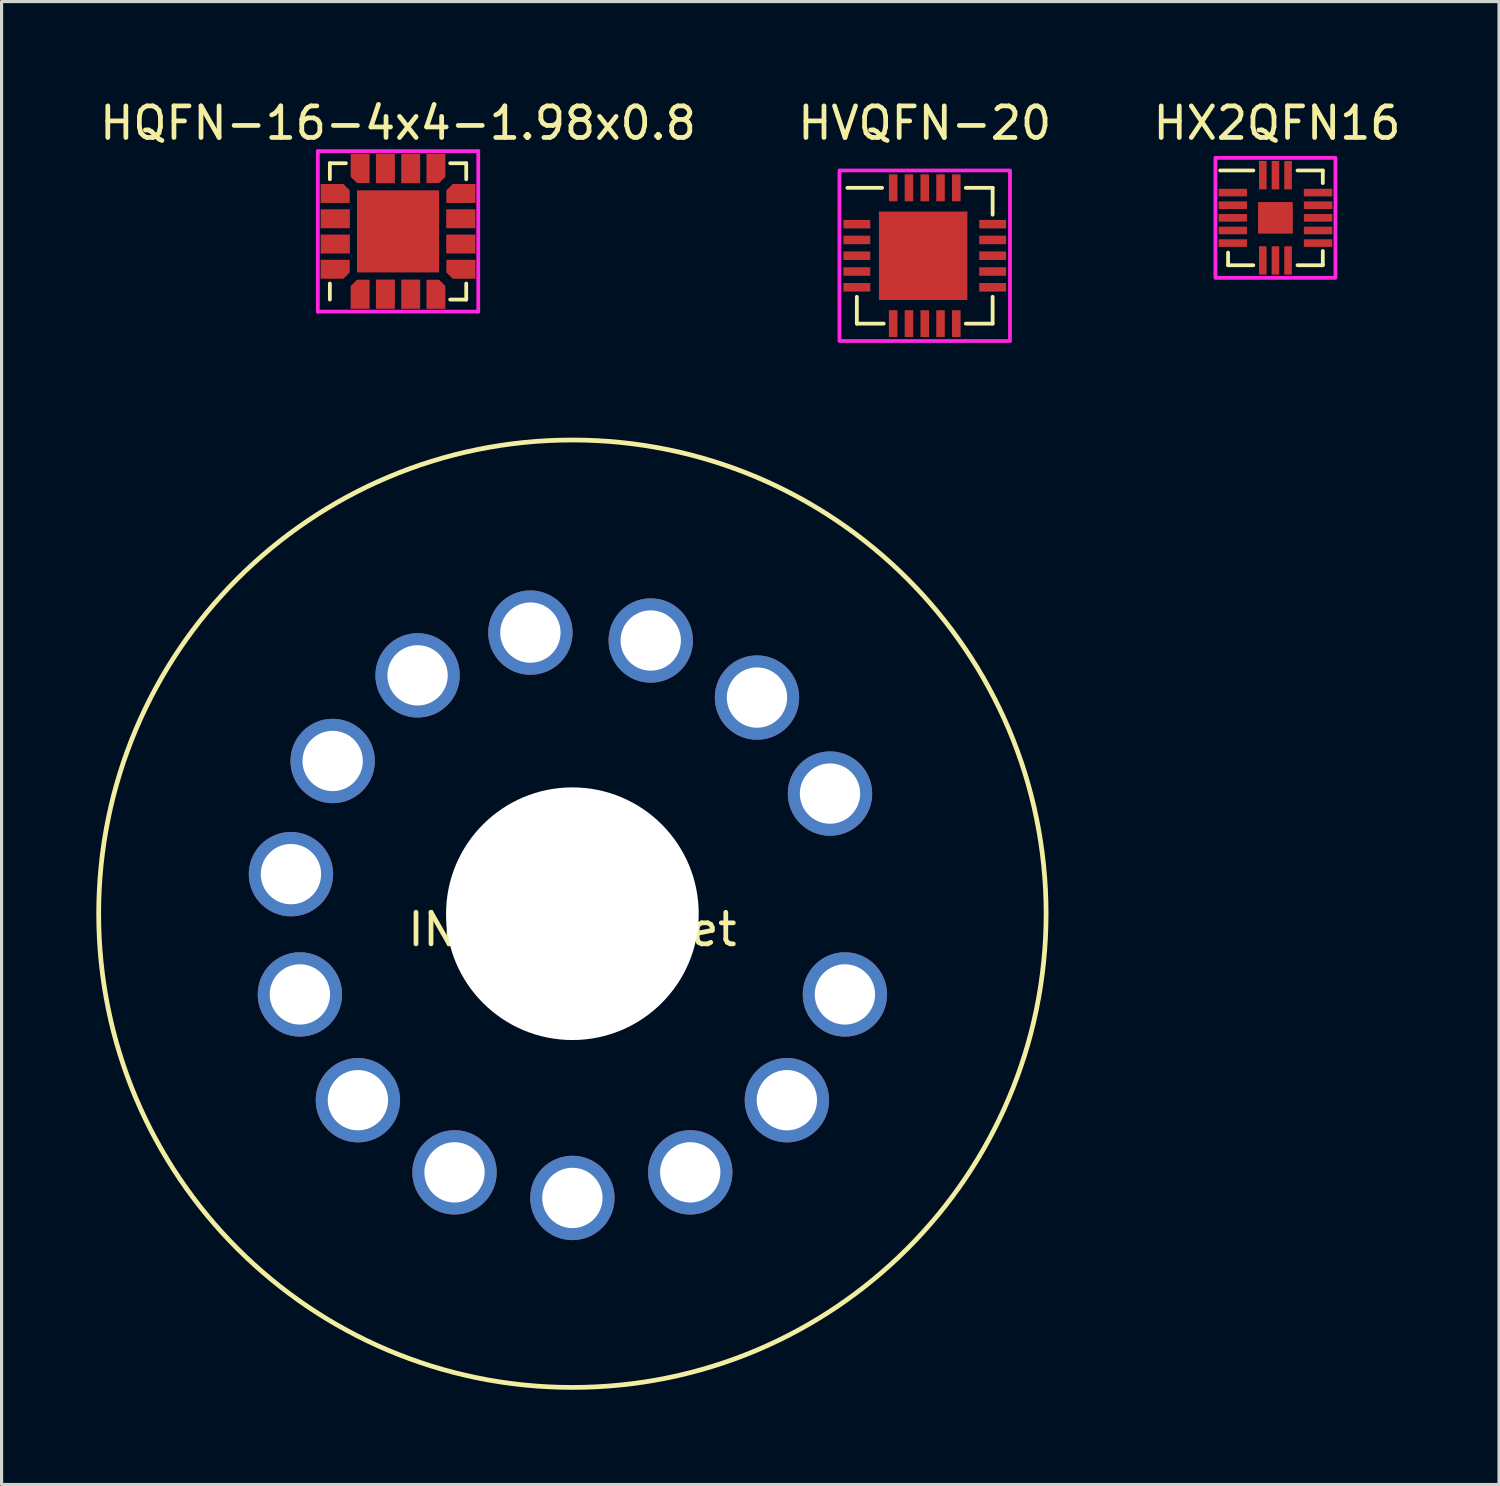
<source format=kicad_pcb>
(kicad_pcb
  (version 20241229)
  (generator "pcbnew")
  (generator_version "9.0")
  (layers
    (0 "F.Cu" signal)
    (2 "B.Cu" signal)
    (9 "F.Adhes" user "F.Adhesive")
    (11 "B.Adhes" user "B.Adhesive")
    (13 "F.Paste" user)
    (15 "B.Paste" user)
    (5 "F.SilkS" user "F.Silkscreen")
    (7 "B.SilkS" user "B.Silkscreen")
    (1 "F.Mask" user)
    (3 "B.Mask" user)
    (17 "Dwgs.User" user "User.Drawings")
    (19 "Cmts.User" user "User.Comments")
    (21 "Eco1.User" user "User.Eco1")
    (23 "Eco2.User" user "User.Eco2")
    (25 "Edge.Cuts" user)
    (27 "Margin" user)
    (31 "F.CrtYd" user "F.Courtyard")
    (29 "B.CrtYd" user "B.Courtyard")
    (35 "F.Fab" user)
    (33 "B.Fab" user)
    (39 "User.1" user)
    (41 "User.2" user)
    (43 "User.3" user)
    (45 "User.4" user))
  (footprint "IN-18 Socket"
    (layer "F.Cu")
    (at 15.075 25.883)
    (property "Reference" "IN-18 Socket" (at 0 0.5 0) (layer "F.SilkS") (effects (font (size 1 1) (thickness 0.15))))
    (attr through_hole)
    (fp_circle (center 0 0) (end 15 0) (stroke (width 0.15) (type solid)) (fill no) (layer "F.SilkS"))
    (pad "" np_thru_hole circle (at 0 0) (size 8 8) (drill 8) (layers "*.Cu" "*.Mask"))
    (pad "1" thru_hole circle (at 8.629 2.556) (size 2.672 2.672) (drill 1.91) (layers "*.Cu" "*.Mask"))
    (pad "2" thru_hole circle (at 6.792 5.905) (size 2.672 2.672) (drill 1.91) (layers "*.Cu" "*.Mask"))
    (pad "3" thru_hole circle (at 3.732 8.19) (size 2.672 2.672) (drill 1.91) (layers "*.Cu" "*.Mask"))
    (pad "4" thru_hole circle (at 0 9) (size 2.672 2.672) (drill 1.91) (layers "*.Cu" "*.Mask"))
    (pad "5" thru_hole circle (at -3.732 8.19) (size 2.672 2.672) (drill 1.91) (layers "*.Cu" "*.Mask"))
    (pad "6" thru_hole circle (at -6.792 5.905) (size 2.672 2.672) (drill 1.91) (layers "*.Cu" "*.Mask"))
    (pad "7" thru_hole circle (at -8.629 2.556) (size 2.672 2.672) (drill 1.91) (layers "*.Cu" "*.Mask"))
    (pad "8" thru_hole circle (at -8.912 -1.253) (size 2.672 2.672) (drill 1.91) (layers "*.Cu" "*.Mask"))
    (pad "9" thru_hole circle (at -7.591 -4.836) (size 2.672 2.672) (drill 1.91) (layers "*.Cu" "*.Mask"))
    (pad "10" thru_hole circle (at -4.902 -7.548) (size 2.672 2.672) (drill 1.91) (layers "*.Cu" "*.Mask"))
    (pad "11" thru_hole circle (at -1.33 -8.901) (size 2.672 2.672) (drill 1.91) (layers "*.Cu" "*.Mask"))
    (pad "12" thru_hole circle (at 2.481 -8.651) (size 2.672 2.672) (drill 1.91) (layers "*.Cu" "*.Mask"))
    (pad "13" thru_hole circle (at 5.845 -6.844) (size 2.672 2.672) (drill 1.91) (layers "*.Cu" "*.Mask"))
    (pad "14" thru_hole circle (at 8.157 -3.804) (size 2.672 2.672) (drill 1.91) (layers "*.Cu" "*.Mask")))
  (footprint "HQFN-16-4x4-1.98x0.8"
    (layer "F.Cu")
    (at 9.554 4.277)
    (property "Reference" "HQFN-16-4x4-1.98x0.8" (at 0 -3.429 0) (layer "F.SilkS") (effects (font (size 1 1) (thickness 0.15))))
    (attr through_hole)
    (fp_line (start -2.159 -2.159) (end -1.651 -2.159) (stroke (width 0.12) (type solid)) (layer "F.SilkS"))
    (fp_line (start -2.159 -1.651) (end -2.159 -2.159) (stroke (width 0.12) (type solid)) (layer "F.SilkS"))
    (fp_line (start -2.159 1.651) (end -2.159 2.159) (stroke (width 0.12) (type solid)) (layer "F.SilkS"))
    (fp_line (start 1.651 -2.159) (end 2.159 -2.159) (stroke (width 0.12) (type solid)) (layer "F.SilkS"))
    (fp_line (start 2.159 -2.159) (end 2.159 -1.651) (stroke (width 0.12) (type solid)) (layer "F.SilkS"))
    (fp_line (start 2.159 1.651) (end 2.159 2.159) (stroke (width 0.12) (type solid)) (layer "F.SilkS"))
    (fp_line (start 2.159 2.159) (end 1.651 2.159) (stroke (width 0.12) (type solid)) (layer "F.SilkS"))
    (fp_line (start -2.54 -2.54) (end -2.54 2.54) (stroke (width 0.12) (type solid)) (layer "F.CrtYd"))
    (fp_line (start -2.54 2.54) (end 2.54 2.54) (stroke (width 0.12) (type solid)) (layer "F.CrtYd"))
    (fp_line (start 2.54 -2.54) (end -2.54 -2.54) (stroke (width 0.12) (type solid)) (layer "F.CrtYd"))
    (fp_line (start 2.54 2.54) (end 2.54 -2.54) (stroke (width 0.12) (type solid)) (layer "F.CrtYd"))
    (pad "1" smd custom (at -1.988 1.2 180) (size 0.5 0.5) (layers "F.Cu" "F.Mask" "F.Paste") (options (anchor rect)) (primitives (gr_poly (pts (xy 0.463 0.3) (xy -0.458 0.3) (xy -0.458 -0.1) (xy -0.258 -0.3) (xy 0.463 -0.3)) (width 0.00001) (fill yes))))
    (pad "2" smd rect (at -1.988 0.4) (size 0.925 0.6) (layers "F.Cu" "F.Mask" "F.Paste"))
    (pad "3" smd rect (at -1.988 -0.4) (size 0.925 0.6) (layers "F.Cu" "F.Mask" "F.Paste"))
    (pad "4" smd custom (at -1.988 -1.2) (size 0.5 0.5) (layers "F.Cu" "F.Mask" "F.Paste") (options (anchor rect)) (primitives (gr_poly (pts (xy -0.463 0.3) (xy 0.458 0.3) (xy 0.458 -0.1) (xy 0.258 -0.3) (xy -0.463 -0.3)) (width 0.00001) (fill yes))))
    (pad "5" smd custom (at -1.2 -1.988 90) (size 0.5 0.5) (layers "F.Cu" "F.Mask" "F.Paste") (options (anchor rect)) (primitives (gr_poly (pts (xy 0.463 0.3) (xy -0.458 0.3) (xy -0.458 -0.1) (xy -0.258 -0.3) (xy 0.463 -0.3)) (width 0.00001) (fill yes))))
    (pad "6" smd rect (at -0.4 -1.988 90) (size 0.925 0.6) (layers "F.Cu" "F.Mask" "F.Paste"))
    (pad "7" smd rect (at 0.4 -1.988 90) (size 0.925 0.6) (layers "F.Cu" "F.Mask" "F.Paste"))
    (pad "8" smd custom (at 1.2 -1.988 270) (size 0.5 0.5) (layers "F.Cu" "F.Mask" "F.Paste") (options (anchor rect)) (primitives (gr_poly (pts (xy -0.463 0.3) (xy 0.458 0.3) (xy 0.458 -0.1) (xy 0.258 -0.3) (xy -0.463 -0.3)) (width 0.00001) (fill yes))))
    (pad "9" smd custom (at 1.988 -1.2) (size 0.5 0.5) (layers "F.Cu" "F.Mask" "F.Paste") (options (anchor rect)) (primitives (gr_poly (pts (xy 0.463 0.3) (xy -0.458 0.3) (xy -0.458 -0.1) (xy -0.258 -0.3) (xy 0.463 -0.3)) (width 0.00001) (fill yes))))
    (pad "10" smd rect (at 1.988 -0.4) (size 0.925 0.6) (layers "F.Cu" "F.Mask" "F.Paste"))
    (pad "11" smd rect (at 1.988 0.4) (size 0.925 0.6) (layers "F.Cu" "F.Mask" "F.Paste"))
    (pad "12" smd custom (at 1.988 1.2 180) (size 0.5 0.5) (layers "F.Cu" "F.Mask" "F.Paste") (options (anchor rect)) (primitives (gr_poly (pts (xy -0.463 0.3) (xy 0.458 0.3) (xy 0.458 -0.1) (xy 0.258 -0.3) (xy -0.463 -0.3)) (width 0.00001) (fill yes))))
    (pad "13" smd custom (at 1.2 1.988 270) (size 0.5 0.5) (layers "F.Cu" "F.Mask" "F.Paste") (options (anchor rect)) (primitives (gr_poly (pts (xy 0.463 0.3) (xy -0.458 0.3) (xy -0.458 -0.1) (xy -0.258 -0.3) (xy 0.463 -0.3)) (width 0.00001) (fill yes))))
    (pad "14" smd rect (at 0.4 1.988 90) (size 0.925 0.6) (layers "F.Cu" "F.Mask" "F.Paste"))
    (pad "15" smd rect (at -0.4 1.988 90) (size 0.925 0.6) (layers "F.Cu" "F.Mask" "F.Paste"))
    (pad "16" smd custom (at -1.2 1.988 90) (size 0.5 0.5) (layers "F.Cu" "F.Mask" "F.Paste") (options (anchor rect)) (primitives (gr_poly (pts (xy -0.463 0.3) (xy 0.458 0.3) (xy 0.458 -0.1) (xy 0.258 -0.3) (xy -0.463 -0.3)) (width 0.00001) (fill yes))))
    (pad "17" smd rect (at 0 0) (size 2.6 2.6) (layers "F.Cu" "F.Mask" "F.Paste")))
  (footprint "HX2QFN16"
    (layer "F.Cu")
    (at 37.337 3.848)
    (property "Reference" "HX2QFN16" (at 0.05 -3 0) (unlocked yes) (layer "F.SilkS") (effects (font (size 1 1) (thickness 0.15))))
    (attr smd)
    (fp_line (start -1.5 1.5) (end -1.5 1.1) (stroke (width 0.12) (type solid)) (layer "F.SilkS"))
    (fp_line (start -0.7 -1.5) (end -1.75 -1.5) (stroke (width 0.12) (type solid)) (layer "F.SilkS"))
    (fp_line (start -0.7 1.5) (end -1.5 1.5) (stroke (width 0.12) (type solid)) (layer "F.SilkS"))
    (fp_line (start 0.7 -1.5) (end 1.5 -1.5) (stroke (width 0.12) (type solid)) (layer "F.SilkS"))
    (fp_line (start 1.5 -1.5) (end 1.5 -1.1) (stroke (width 0.12) (type solid)) (layer "F.SilkS"))
    (fp_line (start 1.5 1.05) (end 1.5 1.5) (stroke (width 0.12) (type solid)) (layer "F.SilkS"))
    (fp_line (start 1.5 1.5) (end 0.7 1.5) (stroke (width 0.12) (type solid)) (layer "F.SilkS"))
    (fp_rect (start -1.9 -1.9) (end 1.9 1.9) (stroke (width 0.12) (type solid)) (fill no) (layer "F.CrtYd"))
    (pad "" smd rect (at 0 0) (size 0.6 0.5) (layers "F.Paste"))
    (pad "1" smd rect (at -1.35 -0.8 270) (size 0.24 0.9) (layers "F.Cu" "F.Mask" "F.Paste"))
    (pad "2" smd rect (at -1.35 -0.4 270) (size 0.24 0.9) (layers "F.Cu" "F.Mask" "F.Paste"))
    (pad "3" smd rect (at -1.35 0 270) (size 0.24 0.9) (layers "F.Cu" "F.Mask" "F.Paste"))
    (pad "4" smd rect (at -1.35 0.4 270) (size 0.24 0.9) (layers "F.Cu" "F.Mask" "F.Paste"))
    (pad "5" smd rect (at -1.35 0.8 270) (size 0.24 0.9) (layers "F.Cu" "F.Mask" "F.Paste"))
    (pad "6" smd rect (at -0.4 1.35) (size 0.24 0.9) (layers "F.Cu" "F.Mask" "F.Paste"))
    (pad "7" smd rect (at 0 1.35) (size 0.24 0.9) (layers "F.Cu" "F.Mask" "F.Paste"))
    (pad "8" smd rect (at 0.4 1.35) (size 0.24 0.9) (layers "F.Cu" "F.Mask" "F.Paste"))
    (pad "9" smd rect (at 1.35 0.8 90) (size 0.24 0.9) (layers "F.Cu" "F.Mask" "F.Paste"))
    (pad "10" smd rect (at 1.35 0.4 90) (size 0.24 0.9) (layers "F.Cu" "F.Mask" "F.Paste"))
    (pad "11" smd rect (at 1.35 0 90) (size 0.24 0.9) (layers "F.Cu" "F.Mask" "F.Paste"))
    (pad "12" smd rect (at 1.35 -0.4 90) (size 0.24 0.9) (layers "F.Cu" "F.Mask" "F.Paste"))
    (pad "13" smd rect (at 1.35 -0.8 90) (size 0.24 0.9) (layers "F.Cu" "F.Mask" "F.Paste"))
    (pad "14" smd rect (at 0.4 -1.35 180) (size 0.24 0.9) (layers "F.Cu" "F.Mask" "F.Paste"))
    (pad "15" smd rect (at 0 -1.35 180) (size 0.24 0.9) (layers "F.Cu" "F.Mask" "F.Paste"))
    (pad "16" smd rect (at -0.4 -1.35 180) (size 0.24 0.9) (layers "F.Cu" "F.Mask" "F.Paste"))
    (pad "17" smd rect (at 0 0) (size 1.1 1) (layers "F.Cu" "F.Mask")))
  (footprint "HVQFN-20"
    (layer "F.Cu")
    (at 26.232 5.048)
    (property "Reference" "HVQFN-20" (at 0 -4.2 0) (unlocked yes) (layer "F.SilkS") (effects (font (size 1 1) (thickness 0.15))))
    (attr smd)
    (fp_line (start -2.15 2.15) (end -2.15 1.3) (stroke (width 0.12) (type solid)) (layer "F.SilkS"))
    (fp_line (start -1.35 -2.15) (end -2.45 -2.15) (stroke (width 0.12) (type solid)) (layer "F.SilkS"))
    (fp_line (start -1.3 2.15) (end -2.15 2.15) (stroke (width 0.12) (type solid)) (layer "F.SilkS"))
    (fp_line (start 1.3 -2.15) (end 2.15 -2.15) (stroke (width 0.12) (type solid)) (layer "F.SilkS"))
    (fp_line (start 2.15 -2.15) (end 2.15 -1.3) (stroke (width 0.12) (type solid)) (layer "F.SilkS"))
    (fp_line (start 2.15 1.3) (end 2.15 2.15) (stroke (width 0.12) (type solid)) (layer "F.SilkS"))
    (fp_line (start 2.15 2.15) (end 1.3 2.15) (stroke (width 0.12) (type solid)) (layer "F.SilkS"))
    (fp_rect (start -2.7 -2.7) (end 2.7 2.7) (stroke (width 0.12) (type solid)) (fill no) (layer "F.CrtYd"))
    (pad "" smd rect (at -0.55 -0.55) (size 0.7 0.7) (layers "F.Paste"))
    (pad "" smd rect (at -0.55 0.55) (size 0.7 0.7) (layers "F.Paste"))
    (pad "" smd rect (at 0.55 -0.55) (size 0.7 0.7) (layers "F.Paste"))
    (pad "" smd rect (at 0.55 0.55) (size 0.7 0.7) (layers "F.Paste"))
    (pad "1" smd rect (at -2.15 -1 90) (size 0.27 0.85) (layers "F.Cu" "F.Mask" "F.Paste"))
    (pad "2" smd rect (at -2.15 -0.5 90) (size 0.27 0.85) (layers "F.Cu" "F.Mask" "F.Paste"))
    (pad "3" smd rect (at -2.15 0 90) (size 0.27 0.85) (layers "F.Cu" "F.Mask" "F.Paste"))
    (pad "4" smd rect (at -2.15 0.5 90) (size 0.27 0.85) (layers "F.Cu" "F.Mask" "F.Paste"))
    (pad "5" smd rect (at -2.15 1 90) (size 0.27 0.85) (layers "F.Cu" "F.Mask" "F.Paste"))
    (pad "6" smd rect (at -1 2.15) (size 0.27 0.85) (layers "F.Cu" "F.Mask" "F.Paste"))
    (pad "7" smd rect (at -0.5 2.15) (size 0.27 0.85) (layers "F.Cu" "F.Mask" "F.Paste"))
    (pad "8" smd rect (at 0 2.15) (size 0.27 0.85) (layers "F.Cu" "F.Mask" "F.Paste"))
    (pad "9" smd rect (at 0.5 2.15) (size 0.27 0.85) (layers "F.Cu" "F.Mask" "F.Paste"))
    (pad "10" smd rect (at 1 2.15) (size 0.27 0.85) (layers "F.Cu" "F.Mask" "F.Paste"))
    (pad "11" smd rect (at 2.15 1 90) (size 0.27 0.85) (layers "F.Cu" "F.Mask" "F.Paste"))
    (pad "12" smd rect (at 2.15 0.5 90) (size 0.27 0.85) (layers "F.Cu" "F.Mask" "F.Paste"))
    (pad "13" smd rect (at 2.15 0 90) (size 0.27 0.85) (layers "F.Cu" "F.Mask" "F.Paste"))
    (pad "14" smd rect (at 2.15 -0.5 90) (size 0.27 0.85) (layers "F.Cu" "F.Mask" "F.Paste"))
    (pad "15" smd rect (at 2.15 -1 90) (size 0.27 0.85) (layers "F.Cu" "F.Mask" "F.Paste"))
    (pad "16" smd rect (at 1 -2.15) (size 0.27 0.85) (layers "F.Cu" "F.Mask" "F.Paste"))
    (pad "17" smd rect (at 0.5 -2.15) (size 0.27 0.85) (layers "F.Cu" "F.Mask" "F.Paste"))
    (pad "18" smd rect (at 0 -2.15) (size 0.27 0.85) (layers "F.Cu" "F.Mask" "F.Paste"))
    (pad "19" smd rect (at -0.5 -2.15) (size 0.27 0.85) (layers "F.Cu" "F.Mask" "F.Paste"))
    (pad "20" smd rect (at -1 -2.15) (size 0.27 0.85) (layers "F.Cu" "F.Mask" "F.Paste"))
    (pad "21" smd rect (at -0.05 0) (size 2.8 2.8) (layers "F.Cu" "F.Mask")))
  (gr_rect
    (start -3 -3)
    (end 44.417 43.958)
    (stroke (width 0.1) (type default))
    (fill no)
    (layer "Edge.Cuts")))
</source>
